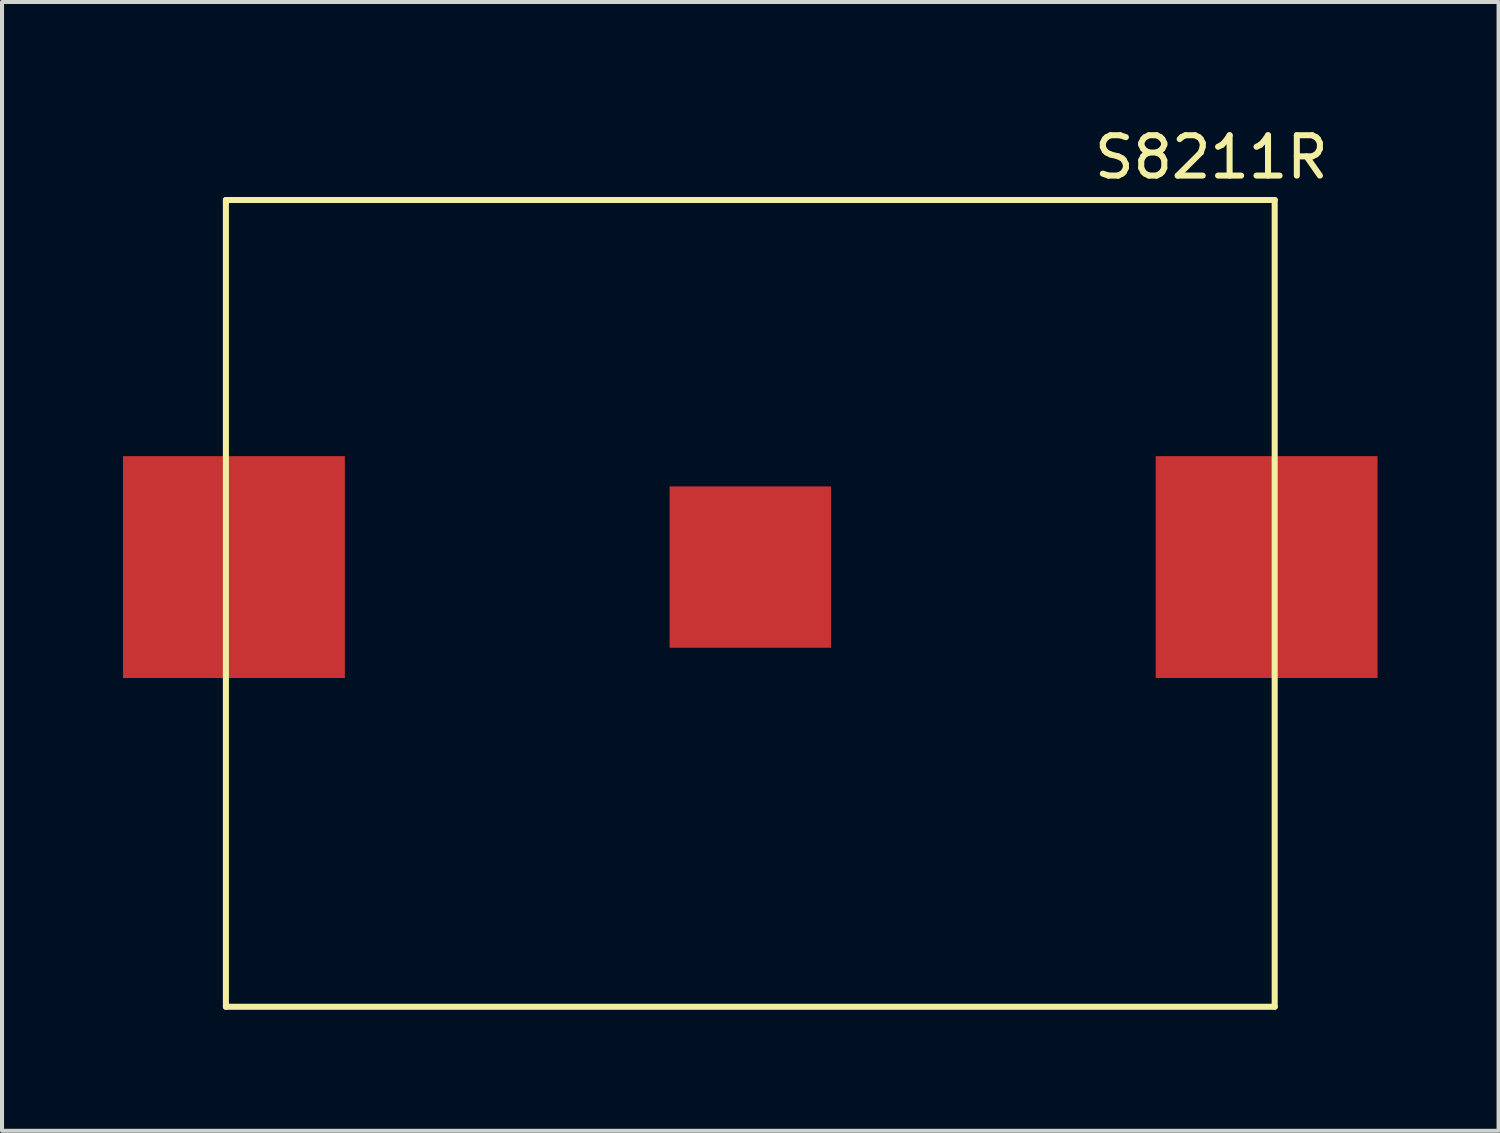
<source format=kicad_pcb>
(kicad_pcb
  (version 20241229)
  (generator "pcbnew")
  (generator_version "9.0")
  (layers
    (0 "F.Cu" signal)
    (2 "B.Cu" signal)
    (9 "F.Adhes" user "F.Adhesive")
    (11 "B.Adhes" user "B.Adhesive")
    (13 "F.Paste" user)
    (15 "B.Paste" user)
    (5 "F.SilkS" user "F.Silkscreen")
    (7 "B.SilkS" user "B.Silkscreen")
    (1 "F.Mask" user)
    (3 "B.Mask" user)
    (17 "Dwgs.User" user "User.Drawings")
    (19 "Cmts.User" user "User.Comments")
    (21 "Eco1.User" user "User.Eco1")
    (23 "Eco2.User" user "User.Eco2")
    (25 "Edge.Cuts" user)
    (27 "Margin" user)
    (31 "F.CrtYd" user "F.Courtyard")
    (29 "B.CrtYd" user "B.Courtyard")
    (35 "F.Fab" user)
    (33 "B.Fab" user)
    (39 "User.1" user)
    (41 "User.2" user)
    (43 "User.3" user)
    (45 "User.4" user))
  (footprint "S8211R"
    (layer "F.Cu")
    (at 15.55 11.008)
    (property "Reference" "S8211R" (at 11.43 -10.16 0) (layer "F.SilkS") (effects (font (size 1 1) (thickness 0.15))))
    (attr through_hole)
    (fp_line (start -13 -9.1) (end 13 -9.1) (stroke (width 0.15) (type solid)) (layer "F.SilkS"))
    (fp_line (start -13 10.9) (end -13 -9.1) (stroke (width 0.15) (type solid)) (layer "F.SilkS"))
    (fp_line (start -13 10.9) (end 13 10.9) (stroke (width 0.15) (type solid)) (layer "F.SilkS"))
    (fp_line (start 13 -9.1) (end 13 10.9) (stroke (width 0.15) (type solid)) (layer "F.SilkS"))
    (pad "1" smd rect (at -12.8 0) (size 5.5 5.5) (layers "F.Cu" "F.Mask" "F.Paste"))
    (pad "1" smd rect (at 12.8 0) (size 5.5 5.5) (layers "F.Cu" "F.Mask" "F.Paste"))
    (pad "2" smd rect (at 0 0) (size 4 4) (layers "F.Cu" "F.Mask" "F.Paste")))
  (gr_rect
    (start -3 -3)
    (end 34.1 24.983)
    (stroke (width 0.1) (type default))
    (fill no)
    (layer "Edge.Cuts")))
</source>
